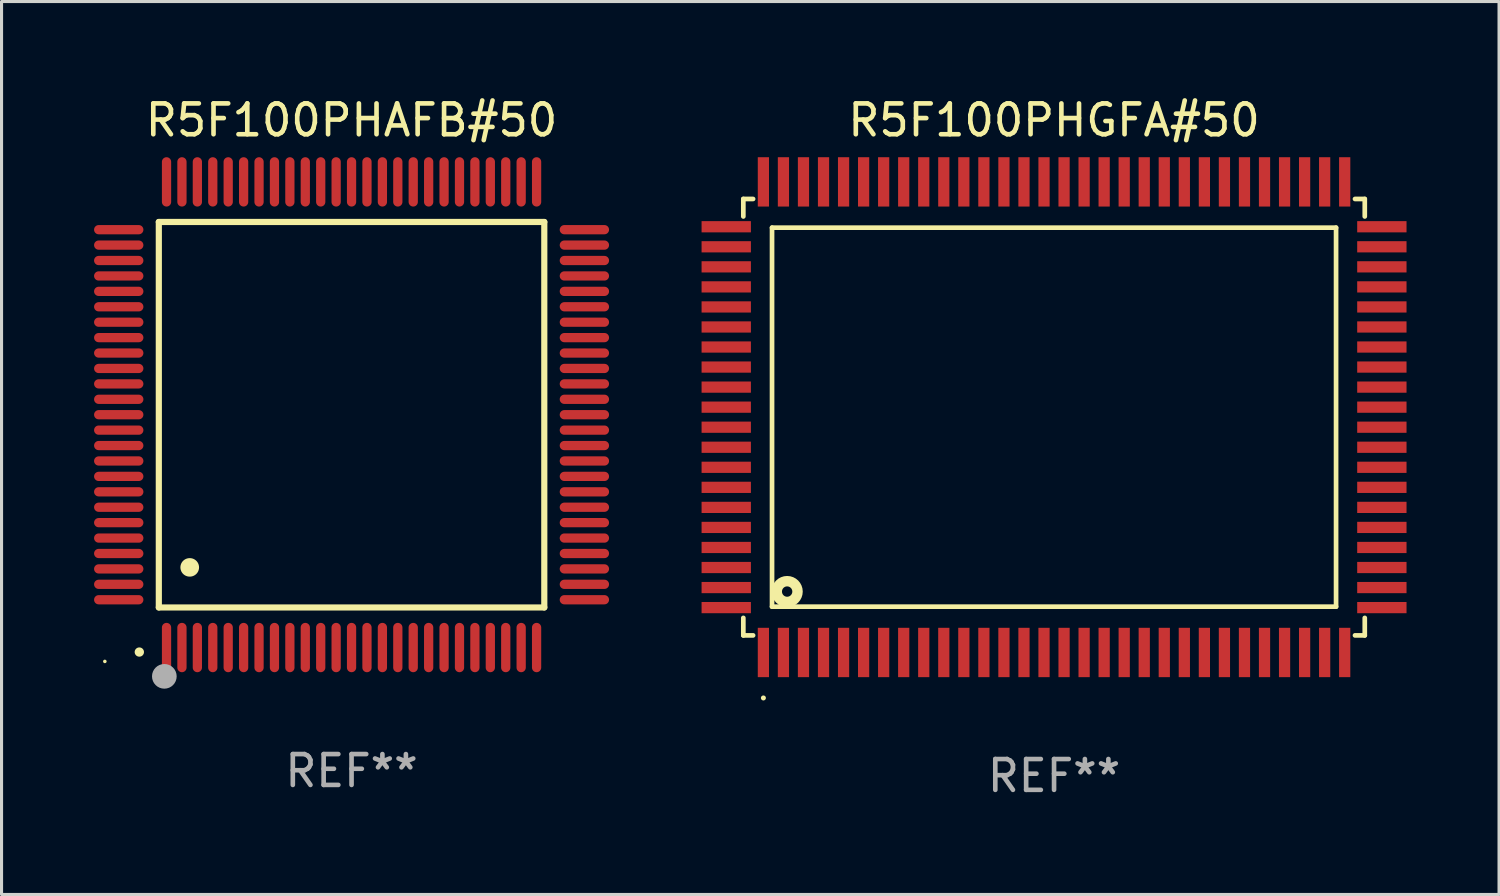
<source format=kicad_pcb>
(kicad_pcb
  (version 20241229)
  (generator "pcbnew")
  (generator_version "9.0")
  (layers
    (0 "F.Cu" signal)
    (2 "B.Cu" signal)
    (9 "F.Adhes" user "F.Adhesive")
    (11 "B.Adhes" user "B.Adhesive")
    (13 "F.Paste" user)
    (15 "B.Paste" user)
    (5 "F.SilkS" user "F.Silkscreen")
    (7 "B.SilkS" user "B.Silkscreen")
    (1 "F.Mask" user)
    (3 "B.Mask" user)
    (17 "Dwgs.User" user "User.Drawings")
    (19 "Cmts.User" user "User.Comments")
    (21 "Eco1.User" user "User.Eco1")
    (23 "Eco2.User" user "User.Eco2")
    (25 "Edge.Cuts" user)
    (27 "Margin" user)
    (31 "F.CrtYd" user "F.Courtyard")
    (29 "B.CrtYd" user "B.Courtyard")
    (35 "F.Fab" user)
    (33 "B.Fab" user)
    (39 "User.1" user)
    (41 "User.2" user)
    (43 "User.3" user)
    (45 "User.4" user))
  (footprint "R5F100PHAFB#50"
    (layer "F.Cu")
    (at 8.35 10.398)
    (property "Reference" "R5F100PHAFB#50" (at 0 -9.55 0) (layer "F.SilkS") (effects (font (size 1 1) (thickness 0.15))))
    (attr through_hole)
    (fp_line (start -6.25 -6.25) (end -6.25 6.25) (stroke (width 0.2) (type solid)) (layer "F.SilkS"))
    (fp_line (start -6.25 6.25) (end 6.25 6.25) (stroke (width 0.2) (type solid)) (layer "F.SilkS"))
    (fp_line (start 6.25 -6.25) (end -6.25 -6.25) (stroke (width 0.2) (type solid)) (layer "F.SilkS"))
    (fp_line (start 6.25 6.25) (end 6.25 -6.25) (stroke (width 0.2) (type solid)) (layer "F.SilkS"))
    (fp_arc (start -6.883414 7.696215) (mid -6.882144 7.69621) (end -6.880874 7.696215) (stroke (width 0.3) (type solid)) (layer "F.SilkS"))
    (fp_arc (start -5.250191 4.95047) (mid -5.247651 4.950459) (end -5.245111 4.95047) (stroke (width 0.6) (type solid)) (layer "F.SilkS"))
    (fp_circle (center -8 8) (end -7.97 8) (stroke (width 0.06) (type solid)) (fill no) (layer "F.SilkS"))
    (fp_circle (center -6.071 8.484) (end -5.871 8.484) (stroke (width 0.4) (type solid)) (fill no) (layer "F.Fab"))
    (fp_text user "REF**" (at 0 11.55 0) (layer "F.Fab") (effects (font (size 1 1) (thickness 0.15))))
    (pad "1" smd oval (at -6 7.55) (size 0.3 1.6) (layers "F.Cu" "F.Mask" "F.Paste"))
    (pad "2" smd oval (at -5.5 7.55) (size 0.3 1.6) (layers "F.Cu" "F.Mask" "F.Paste"))
    (pad "3" smd oval (at -5 7.55) (size 0.3 1.6) (layers "F.Cu" "F.Mask" "F.Paste"))
    (pad "4" smd oval (at -4.5 7.55) (size 0.3 1.6) (layers "F.Cu" "F.Mask" "F.Paste"))
    (pad "5" smd oval (at -4 7.55) (size 0.3 1.6) (layers "F.Cu" "F.Mask" "F.Paste"))
    (pad "6" smd oval (at -3.5 7.55) (size 0.3 1.6) (layers "F.Cu" "F.Mask" "F.Paste"))
    (pad "7" smd oval (at -3 7.55) (size 0.3 1.6) (layers "F.Cu" "F.Mask" "F.Paste"))
    (pad "8" smd oval (at -2.5 7.55) (size 0.3 1.6) (layers "F.Cu" "F.Mask" "F.Paste"))
    (pad "9" smd oval (at -2 7.55) (size 0.3 1.6) (layers "F.Cu" "F.Mask" "F.Paste"))
    (pad "10" smd oval (at -1.5 7.55) (size 0.3 1.6) (layers "F.Cu" "F.Mask" "F.Paste"))
    (pad "11" smd oval (at -1 7.55) (size 0.3 1.6) (layers "F.Cu" "F.Mask" "F.Paste"))
    (pad "12" smd oval (at -0.5 7.55) (size 0.3 1.6) (layers "F.Cu" "F.Mask" "F.Paste"))
    (pad "13" smd oval (at 0 7.55) (size 0.3 1.6) (layers "F.Cu" "F.Mask" "F.Paste"))
    (pad "14" smd oval (at 0.5 7.55) (size 0.3 1.6) (layers "F.Cu" "F.Mask" "F.Paste"))
    (pad "15" smd oval (at 1 7.55) (size 0.3 1.6) (layers "F.Cu" "F.Mask" "F.Paste"))
    (pad "16" smd oval (at 1.5 7.55) (size 0.3 1.6) (layers "F.Cu" "F.Mask" "F.Paste"))
    (pad "17" smd oval (at 2 7.55) (size 0.3 1.6) (layers "F.Cu" "F.Mask" "F.Paste"))
    (pad "18" smd oval (at 2.5 7.55) (size 0.3 1.6) (layers "F.Cu" "F.Mask" "F.Paste"))
    (pad "19" smd oval (at 3 7.55) (size 0.3 1.6) (layers "F.Cu" "F.Mask" "F.Paste"))
    (pad "20" smd oval (at 3.5 7.55) (size 0.3 1.6) (layers "F.Cu" "F.Mask" "F.Paste"))
    (pad "21" smd oval (at 4 7.55) (size 0.3 1.6) (layers "F.Cu" "F.Mask" "F.Paste"))
    (pad "22" smd oval (at 4.5 7.55) (size 0.3 1.6) (layers "F.Cu" "F.Mask" "F.Paste"))
    (pad "23" smd oval (at 5 7.55) (size 0.3 1.6) (layers "F.Cu" "F.Mask" "F.Paste"))
    (pad "24" smd oval (at 5.5 7.55) (size 0.3 1.6) (layers "F.Cu" "F.Mask" "F.Paste"))
    (pad "25" smd oval (at 6 7.55) (size 0.3 1.6) (layers "F.Cu" "F.Mask" "F.Paste"))
    (pad "26" smd oval (at 7.55 6) (size 1.6 0.3) (layers "F.Cu" "F.Mask" "F.Paste"))
    (pad "27" smd oval (at 7.55 5.5) (size 1.6 0.3) (layers "F.Cu" "F.Mask" "F.Paste"))
    (pad "28" smd oval (at 7.55 5) (size 1.6 0.3) (layers "F.Cu" "F.Mask" "F.Paste"))
    (pad "29" smd oval (at 7.55 4.5) (size 1.6 0.3) (layers "F.Cu" "F.Mask" "F.Paste"))
    (pad "30" smd oval (at 7.55 4) (size 1.6 0.3) (layers "F.Cu" "F.Mask" "F.Paste"))
    (pad "31" smd oval (at 7.55 3.5) (size 1.6 0.3) (layers "F.Cu" "F.Mask" "F.Paste"))
    (pad "32" smd oval (at 7.55 3) (size 1.6 0.3) (layers "F.Cu" "F.Mask" "F.Paste"))
    (pad "33" smd oval (at 7.55 2.5) (size 1.6 0.3) (layers "F.Cu" "F.Mask" "F.Paste"))
    (pad "34" smd oval (at 7.55 2) (size 1.6 0.3) (layers "F.Cu" "F.Mask" "F.Paste"))
    (pad "35" smd oval (at 7.55 1.5) (size 1.6 0.3) (layers "F.Cu" "F.Mask" "F.Paste"))
    (pad "36" smd oval (at 7.55 1) (size 1.6 0.3) (layers "F.Cu" "F.Mask" "F.Paste"))
    (pad "37" smd oval (at 7.55 0.5) (size 1.6 0.3) (layers "F.Cu" "F.Mask" "F.Paste"))
    (pad "38" smd oval (at 7.55 0) (size 1.6 0.3) (layers "F.Cu" "F.Mask" "F.Paste"))
    (pad "39" smd oval (at 7.55 -0.5) (size 1.6 0.3) (layers "F.Cu" "F.Mask" "F.Paste"))
    (pad "40" smd oval (at 7.55 -1) (size 1.6 0.3) (layers "F.Cu" "F.Mask" "F.Paste"))
    (pad "41" smd oval (at 7.55 -1.5) (size 1.6 0.3) (layers "F.Cu" "F.Mask" "F.Paste"))
    (pad "42" smd oval (at 7.55 -2) (size 1.6 0.3) (layers "F.Cu" "F.Mask" "F.Paste"))
    (pad "43" smd oval (at 7.55 -2.5) (size 1.6 0.3) (layers "F.Cu" "F.Mask" "F.Paste"))
    (pad "44" smd oval (at 7.55 -3) (size 1.6 0.3) (layers "F.Cu" "F.Mask" "F.Paste"))
    (pad "45" smd oval (at 7.55 -3.5) (size 1.6 0.3) (layers "F.Cu" "F.Mask" "F.Paste"))
    (pad "46" smd oval (at 7.55 -4) (size 1.6 0.3) (layers "F.Cu" "F.Mask" "F.Paste"))
    (pad "47" smd oval (at 7.55 -4.5) (size 1.6 0.3) (layers "F.Cu" "F.Mask" "F.Paste"))
    (pad "48" smd oval (at 7.55 -5) (size 1.6 0.3) (layers "F.Cu" "F.Mask" "F.Paste"))
    (pad "49" smd oval (at 7.55 -5.5) (size 1.6 0.3) (layers "F.Cu" "F.Mask" "F.Paste"))
    (pad "50" smd oval (at 7.55 -6) (size 1.6 0.3) (layers "F.Cu" "F.Mask" "F.Paste"))
    (pad "51" smd oval (at 6 -7.55) (size 0.3 1.6) (layers "F.Cu" "F.Mask" "F.Paste"))
    (pad "52" smd oval (at 5.5 -7.55) (size 0.3 1.6) (layers "F.Cu" "F.Mask" "F.Paste"))
    (pad "53" smd oval (at 5 -7.55) (size 0.3 1.6) (layers "F.Cu" "F.Mask" "F.Paste"))
    (pad "54" smd oval (at 4.5 -7.55) (size 0.3 1.6) (layers "F.Cu" "F.Mask" "F.Paste"))
    (pad "55" smd oval (at 4 -7.55) (size 0.3 1.6) (layers "F.Cu" "F.Mask" "F.Paste"))
    (pad "56" smd oval (at 3.5 -7.55) (size 0.3 1.6) (layers "F.Cu" "F.Mask" "F.Paste"))
    (pad "57" smd oval (at 3 -7.55) (size 0.3 1.6) (layers "F.Cu" "F.Mask" "F.Paste"))
    (pad "58" smd oval (at 2.5 -7.55) (size 0.3 1.6) (layers "F.Cu" "F.Mask" "F.Paste"))
    (pad "59" smd oval (at 2 -7.55) (size 0.3 1.6) (layers "F.Cu" "F.Mask" "F.Paste"))
    (pad "60" smd oval (at 1.5 -7.55) (size 0.3 1.6) (layers "F.Cu" "F.Mask" "F.Paste"))
    (pad "61" smd oval (at 1 -7.55) (size 0.3 1.6) (layers "F.Cu" "F.Mask" "F.Paste"))
    (pad "62" smd oval (at 0.5 -7.55) (size 0.3 1.6) (layers "F.Cu" "F.Mask" "F.Paste"))
    (pad "63" smd oval (at 0 -7.55) (size 0.3 1.6) (layers "F.Cu" "F.Mask" "F.Paste"))
    (pad "64" smd oval (at -0.5 -7.55) (size 0.3 1.6) (layers "F.Cu" "F.Mask" "F.Paste"))
    (pad "65" smd oval (at -1 -7.55) (size 0.3 1.6) (layers "F.Cu" "F.Mask" "F.Paste"))
    (pad "66" smd oval (at -1.5 -7.55) (size 0.3 1.6) (layers "F.Cu" "F.Mask" "F.Paste"))
    (pad "67" smd oval (at -2 -7.55) (size 0.3 1.6) (layers "F.Cu" "F.Mask" "F.Paste"))
    (pad "68" smd oval (at -2.5 -7.55) (size 0.3 1.6) (layers "F.Cu" "F.Mask" "F.Paste"))
    (pad "69" smd oval (at -3 -7.55) (size 0.3 1.6) (layers "F.Cu" "F.Mask" "F.Paste"))
    (pad "70" smd oval (at -3.5 -7.55) (size 0.3 1.6) (layers "F.Cu" "F.Mask" "F.Paste"))
    (pad "71" smd oval (at -4 -7.55) (size 0.3 1.6) (layers "F.Cu" "F.Mask" "F.Paste"))
    (pad "72" smd oval (at -4.5 -7.55) (size 0.3 1.6) (layers "F.Cu" "F.Mask" "F.Paste"))
    (pad "73" smd oval (at -5 -7.55) (size 0.3 1.6) (layers "F.Cu" "F.Mask" "F.Paste"))
    (pad "74" smd oval (at -5.5 -7.55) (size 0.3 1.6) (layers "F.Cu" "F.Mask" "F.Paste"))
    (pad "75" smd oval (at -6 -7.55) (size 0.3 1.6) (layers "F.Cu" "F.Mask" "F.Paste"))
    (pad "76" smd oval (at -7.55 -6) (size 1.6 0.3) (layers "F.Cu" "F.Mask" "F.Paste"))
    (pad "77" smd oval (at -7.55 -5.5) (size 1.6 0.3) (layers "F.Cu" "F.Mask" "F.Paste"))
    (pad "78" smd oval (at -7.55 -5) (size 1.6 0.3) (layers "F.Cu" "F.Mask" "F.Paste"))
    (pad "79" smd oval (at -7.55 -4.5) (size 1.6 0.3) (layers "F.Cu" "F.Mask" "F.Paste"))
    (pad "80" smd oval (at -7.55 -4) (size 1.6 0.3) (layers "F.Cu" "F.Mask" "F.Paste"))
    (pad "81" smd oval (at -7.55 -3.5) (size 1.6 0.3) (layers "F.Cu" "F.Mask" "F.Paste"))
    (pad "82" smd oval (at -7.55 -3) (size 1.6 0.3) (layers "F.Cu" "F.Mask" "F.Paste"))
    (pad "83" smd oval (at -7.55 -2.5) (size 1.6 0.3) (layers "F.Cu" "F.Mask" "F.Paste"))
    (pad "84" smd oval (at -7.55 -2) (size 1.6 0.3) (layers "F.Cu" "F.Mask" "F.Paste"))
    (pad "85" smd oval (at -7.55 -1.5) (size 1.6 0.3) (layers "F.Cu" "F.Mask" "F.Paste"))
    (pad "86" smd oval (at -7.55 -1) (size 1.6 0.3) (layers "F.Cu" "F.Mask" "F.Paste"))
    (pad "87" smd oval (at -7.55 -0.5) (size 1.6 0.3) (layers "F.Cu" "F.Mask" "F.Paste"))
    (pad "88" smd oval (at -7.55 0) (size 1.6 0.3) (layers "F.Cu" "F.Mask" "F.Paste"))
    (pad "89" smd oval (at -7.55 0.5) (size 1.6 0.3) (layers "F.Cu" "F.Mask" "F.Paste"))
    (pad "90" smd oval (at -7.55 1) (size 1.6 0.3) (layers "F.Cu" "F.Mask" "F.Paste"))
    (pad "91" smd oval (at -7.55 1.5) (size 1.6 0.3) (layers "F.Cu" "F.Mask" "F.Paste"))
    (pad "92" smd oval (at -7.55 2) (size 1.6 0.3) (layers "F.Cu" "F.Mask" "F.Paste"))
    (pad "93" smd oval (at -7.55 2.5) (size 1.6 0.3) (layers "F.Cu" "F.Mask" "F.Paste"))
    (pad "94" smd oval (at -7.55 3) (size 1.6 0.3) (layers "F.Cu" "F.Mask" "F.Paste"))
    (pad "95" smd oval (at -7.55 3.5) (size 1.6 0.3) (layers "F.Cu" "F.Mask" "F.Paste"))
    (pad "96" smd oval (at -7.55 4) (size 1.6 0.3) (layers "F.Cu" "F.Mask" "F.Paste"))
    (pad "97" smd oval (at -7.55 4.5) (size 1.6 0.3) (layers "F.Cu" "F.Mask" "F.Paste"))
    (pad "98" smd oval (at -7.55 5) (size 1.6 0.3) (layers "F.Cu" "F.Mask" "F.Paste"))
    (pad "99" smd oval (at -7.55 5.5) (size 1.6 0.3) (layers "F.Cu" "F.Mask" "F.Paste"))
    (pad "100" smd oval (at -7.55 6) (size 1.6 0.3) (layers "F.Cu" "F.Mask" "F.Paste")))
  (footprint "R5F100PHGFA#50"
    (layer "F.Cu")
    (at 31.13 10.478)
    (property "Reference" "R5F100PHGFA#50" (at 0 -9.63 0) (layer "F.SilkS") (effects (font (size 1 1) (thickness 0.15))))
    (attr through_hole)
    (fp_line (start -10.076 -7.076) (end -10.076 -6.509) (stroke (width 0.152) (type solid)) (layer "F.SilkS"))
    (fp_line (start -10.076 7.076) (end -10.076 6.509) (stroke (width 0.152) (type solid)) (layer "F.SilkS"))
    (fp_line (start -9.759 -7.076) (end -10.076 -7.076) (stroke (width 0.152) (type solid)) (layer "F.SilkS"))
    (fp_line (start -9.759 7.076) (end -10.076 7.076) (stroke (width 0.152) (type solid)) (layer "F.SilkS"))
    (fp_line (start -9.145 -6.145) (end 9.145 -6.145) (stroke (width 0.152) (type solid)) (layer "F.SilkS"))
    (fp_line (start -9.145 6.145) (end -9.145 -6.145) (stroke (width 0.152) (type solid)) (layer "F.SilkS"))
    (fp_line (start 9.145 -6.145) (end 9.145 6.145) (stroke (width 0.152) (type solid)) (layer "F.SilkS"))
    (fp_line (start 9.145 6.145) (end -9.145 6.145) (stroke (width 0.152) (type solid)) (layer "F.SilkS"))
    (fp_line (start 9.759 -7.076) (end 10.076 -7.076) (stroke (width 0.152) (type solid)) (layer "F.SilkS"))
    (fp_line (start 9.759 7.076) (end 10.076 7.076) (stroke (width 0.152) (type solid)) (layer "F.SilkS"))
    (fp_line (start 10.076 -7.076) (end 10.076 -6.509) (stroke (width 0.152) (type solid)) (layer "F.SilkS"))
    (fp_line (start 10.076 7.076) (end 10.076 6.509) (stroke (width 0.152) (type solid)) (layer "F.SilkS"))
    (fp_circle (center -9.425 9.105) (end -9.384 9.105) (stroke (width 0.081) (type solid)) (fill no) (layer "F.SilkS"))
    (fp_circle (center -8.655 5.655) (end -8.487 5.655) (stroke (width 0.338) (type solid)) (fill no) (layer "F.SilkS"))
    (fp_text user "REF**" (at 0 11.63 0) (layer "F.Fab") (effects (font (size 1 1) (thickness 0.15))))
    (pad "1" smd rect (at -9.425 7.63) (size 0.364 1.6) (layers "F.Cu" "F.Mask" "F.Paste"))
    (pad "2" smd rect (at -8.775 7.63) (size 0.364 1.6) (layers "F.Cu" "F.Mask" "F.Paste"))
    (pad "3" smd rect (at -8.125 7.63) (size 0.364 1.6) (layers "F.Cu" "F.Mask" "F.Paste"))
    (pad "4" smd rect (at -7.475 7.63) (size 0.364 1.6) (layers "F.Cu" "F.Mask" "F.Paste"))
    (pad "5" smd rect (at -6.825 7.63) (size 0.364 1.6) (layers "F.Cu" "F.Mask" "F.Paste"))
    (pad "6" smd rect (at -6.175 7.63) (size 0.364 1.6) (layers "F.Cu" "F.Mask" "F.Paste"))
    (pad "7" smd rect (at -5.525 7.63) (size 0.364 1.6) (layers "F.Cu" "F.Mask" "F.Paste"))
    (pad "8" smd rect (at -4.875 7.63) (size 0.364 1.6) (layers "F.Cu" "F.Mask" "F.Paste"))
    (pad "9" smd rect (at -4.225 7.63) (size 0.364 1.6) (layers "F.Cu" "F.Mask" "F.Paste"))
    (pad "10" smd rect (at -3.575 7.63) (size 0.364 1.6) (layers "F.Cu" "F.Mask" "F.Paste"))
    (pad "11" smd rect (at -2.925 7.63) (size 0.364 1.6) (layers "F.Cu" "F.Mask" "F.Paste"))
    (pad "12" smd rect (at -2.275 7.63) (size 0.364 1.6) (layers "F.Cu" "F.Mask" "F.Paste"))
    (pad "13" smd rect (at -1.625 7.63) (size 0.364 1.6) (layers "F.Cu" "F.Mask" "F.Paste"))
    (pad "14" smd rect (at -0.975 7.63) (size 0.364 1.6) (layers "F.Cu" "F.Mask" "F.Paste"))
    (pad "15" smd rect (at -0.325 7.63) (size 0.364 1.6) (layers "F.Cu" "F.Mask" "F.Paste"))
    (pad "16" smd rect (at 0.325 7.63) (size 0.364 1.6) (layers "F.Cu" "F.Mask" "F.Paste"))
    (pad "17" smd rect (at 0.975 7.63) (size 0.364 1.6) (layers "F.Cu" "F.Mask" "F.Paste"))
    (pad "18" smd rect (at 1.625 7.63) (size 0.364 1.6) (layers "F.Cu" "F.Mask" "F.Paste"))
    (pad "19" smd rect (at 2.275 7.63) (size 0.364 1.6) (layers "F.Cu" "F.Mask" "F.Paste"))
    (pad "20" smd rect (at 2.925 7.63) (size 0.364 1.6) (layers "F.Cu" "F.Mask" "F.Paste"))
    (pad "21" smd rect (at 3.575 7.63) (size 0.364 1.6) (layers "F.Cu" "F.Mask" "F.Paste"))
    (pad "22" smd rect (at 4.225 7.63) (size 0.364 1.6) (layers "F.Cu" "F.Mask" "F.Paste"))
    (pad "23" smd rect (at 4.875 7.63) (size 0.364 1.6) (layers "F.Cu" "F.Mask" "F.Paste"))
    (pad "24" smd rect (at 5.525 7.63) (size 0.364 1.6) (layers "F.Cu" "F.Mask" "F.Paste"))
    (pad "25" smd rect (at 6.175 7.63) (size 0.364 1.6) (layers "F.Cu" "F.Mask" "F.Paste"))
    (pad "26" smd rect (at 6.825 7.63) (size 0.364 1.6) (layers "F.Cu" "F.Mask" "F.Paste"))
    (pad "27" smd rect (at 7.475 7.63) (size 0.364 1.6) (layers "F.Cu" "F.Mask" "F.Paste"))
    (pad "28" smd rect (at 8.125 7.63) (size 0.364 1.6) (layers "F.Cu" "F.Mask" "F.Paste"))
    (pad "29" smd rect (at 8.775 7.63) (size 0.364 1.6) (layers "F.Cu" "F.Mask" "F.Paste"))
    (pad "30" smd rect (at 9.425 7.63) (size 0.364 1.6) (layers "F.Cu" "F.Mask" "F.Paste"))
    (pad "31" smd rect (at 10.63 6.175) (size 1.6 0.364) (layers "F.Cu" "F.Mask" "F.Paste"))
    (pad "32" smd rect (at 10.63 5.525) (size 1.6 0.364) (layers "F.Cu" "F.Mask" "F.Paste"))
    (pad "33" smd rect (at 10.63 4.875) (size 1.6 0.364) (layers "F.Cu" "F.Mask" "F.Paste"))
    (pad "34" smd rect (at 10.63 4.225) (size 1.6 0.364) (layers "F.Cu" "F.Mask" "F.Paste"))
    (pad "35" smd rect (at 10.63 3.575) (size 1.6 0.364) (layers "F.Cu" "F.Mask" "F.Paste"))
    (pad "36" smd rect (at 10.63 2.925) (size 1.6 0.364) (layers "F.Cu" "F.Mask" "F.Paste"))
    (pad "37" smd rect (at 10.63 2.275) (size 1.6 0.364) (layers "F.Cu" "F.Mask" "F.Paste"))
    (pad "38" smd rect (at 10.63 1.625) (size 1.6 0.364) (layers "F.Cu" "F.Mask" "F.Paste"))
    (pad "39" smd rect (at 10.63 0.975) (size 1.6 0.364) (layers "F.Cu" "F.Mask" "F.Paste"))
    (pad "40" smd rect (at 10.63 0.325) (size 1.6 0.364) (layers "F.Cu" "F.Mask" "F.Paste"))
    (pad "41" smd rect (at 10.63 -0.325) (size 1.6 0.364) (layers "F.Cu" "F.Mask" "F.Paste"))
    (pad "42" smd rect (at 10.63 -0.975) (size 1.6 0.364) (layers "F.Cu" "F.Mask" "F.Paste"))
    (pad "43" smd rect (at 10.63 -1.625) (size 1.6 0.364) (layers "F.Cu" "F.Mask" "F.Paste"))
    (pad "44" smd rect (at 10.63 -2.275) (size 1.6 0.364) (layers "F.Cu" "F.Mask" "F.Paste"))
    (pad "45" smd rect (at 10.63 -2.925) (size 1.6 0.364) (layers "F.Cu" "F.Mask" "F.Paste"))
    (pad "46" smd rect (at 10.63 -3.575) (size 1.6 0.364) (layers "F.Cu" "F.Mask" "F.Paste"))
    (pad "47" smd rect (at 10.63 -4.225) (size 1.6 0.364) (layers "F.Cu" "F.Mask" "F.Paste"))
    (pad "48" smd rect (at 10.63 -4.875) (size 1.6 0.364) (layers "F.Cu" "F.Mask" "F.Paste"))
    (pad "49" smd rect (at 10.63 -5.525) (size 1.6 0.364) (layers "F.Cu" "F.Mask" "F.Paste"))
    (pad "50" smd rect (at 10.63 -6.175) (size 1.6 0.364) (layers "F.Cu" "F.Mask" "F.Paste"))
    (pad "51" smd rect (at 9.425 -7.63) (size 0.364 1.6) (layers "F.Cu" "F.Mask" "F.Paste"))
    (pad "52" smd rect (at 8.775 -7.63) (size 0.364 1.6) (layers "F.Cu" "F.Mask" "F.Paste"))
    (pad "53" smd rect (at 8.125 -7.63) (size 0.364 1.6) (layers "F.Cu" "F.Mask" "F.Paste"))
    (pad "54" smd rect (at 7.475 -7.63) (size 0.364 1.6) (layers "F.Cu" "F.Mask" "F.Paste"))
    (pad "55" smd rect (at 6.825 -7.63) (size 0.364 1.6) (layers "F.Cu" "F.Mask" "F.Paste"))
    (pad "56" smd rect (at 6.175 -7.63) (size 0.364 1.6) (layers "F.Cu" "F.Mask" "F.Paste"))
    (pad "57" smd rect (at 5.525 -7.63) (size 0.364 1.6) (layers "F.Cu" "F.Mask" "F.Paste"))
    (pad "58" smd rect (at 4.875 -7.63) (size 0.364 1.6) (layers "F.Cu" "F.Mask" "F.Paste"))
    (pad "59" smd rect (at 4.225 -7.63) (size 0.364 1.6) (layers "F.Cu" "F.Mask" "F.Paste"))
    (pad "60" smd rect (at 3.575 -7.63) (size 0.364 1.6) (layers "F.Cu" "F.Mask" "F.Paste"))
    (pad "61" smd rect (at 2.925 -7.63) (size 0.364 1.6) (layers "F.Cu" "F.Mask" "F.Paste"))
    (pad "62" smd rect (at 2.275 -7.63) (size 0.364 1.6) (layers "F.Cu" "F.Mask" "F.Paste"))
    (pad "63" smd rect (at 1.625 -7.63) (size 0.364 1.6) (layers "F.Cu" "F.Mask" "F.Paste"))
    (pad "64" smd rect (at 0.975 -7.63) (size 0.364 1.6) (layers "F.Cu" "F.Mask" "F.Paste"))
    (pad "65" smd rect (at 0.325 -7.63) (size 0.364 1.6) (layers "F.Cu" "F.Mask" "F.Paste"))
    (pad "66" smd rect (at -0.325 -7.63) (size 0.364 1.6) (layers "F.Cu" "F.Mask" "F.Paste"))
    (pad "67" smd rect (at -0.975 -7.63) (size 0.364 1.6) (layers "F.Cu" "F.Mask" "F.Paste"))
    (pad "68" smd rect (at -1.625 -7.63) (size 0.364 1.6) (layers "F.Cu" "F.Mask" "F.Paste"))
    (pad "69" smd rect (at -2.275 -7.63) (size 0.364 1.6) (layers "F.Cu" "F.Mask" "F.Paste"))
    (pad "70" smd rect (at -2.925 -7.63) (size 0.364 1.6) (layers "F.Cu" "F.Mask" "F.Paste"))
    (pad "71" smd rect (at -3.575 -7.63) (size 0.364 1.6) (layers "F.Cu" "F.Mask" "F.Paste"))
    (pad "72" smd rect (at -4.225 -7.63) (size 0.364 1.6) (layers "F.Cu" "F.Mask" "F.Paste"))
    (pad "73" smd rect (at -4.875 -7.63) (size 0.364 1.6) (layers "F.Cu" "F.Mask" "F.Paste"))
    (pad "74" smd rect (at -5.525 -7.63) (size 0.364 1.6) (layers "F.Cu" "F.Mask" "F.Paste"))
    (pad "75" smd rect (at -6.175 -7.63) (size 0.364 1.6) (layers "F.Cu" "F.Mask" "F.Paste"))
    (pad "76" smd rect (at -6.825 -7.63) (size 0.364 1.6) (layers "F.Cu" "F.Mask" "F.Paste"))
    (pad "77" smd rect (at -7.475 -7.63) (size 0.364 1.6) (layers "F.Cu" "F.Mask" "F.Paste"))
    (pad "78" smd rect (at -8.125 -7.63) (size 0.364 1.6) (layers "F.Cu" "F.Mask" "F.Paste"))
    (pad "79" smd rect (at -8.775 -7.63) (size 0.364 1.6) (layers "F.Cu" "F.Mask" "F.Paste"))
    (pad "80" smd rect (at -9.425 -7.63) (size 0.364 1.6) (layers "F.Cu" "F.Mask" "F.Paste"))
    (pad "81" smd rect (at -10.63 -6.175) (size 1.6 0.364) (layers "F.Cu" "F.Mask" "F.Paste"))
    (pad "82" smd rect (at -10.63 -5.525) (size 1.6 0.364) (layers "F.Cu" "F.Mask" "F.Paste"))
    (pad "83" smd rect (at -10.63 -4.875) (size 1.6 0.364) (layers "F.Cu" "F.Mask" "F.Paste"))
    (pad "84" smd rect (at -10.63 -4.225) (size 1.6 0.364) (layers "F.Cu" "F.Mask" "F.Paste"))
    (pad "85" smd rect (at -10.63 -3.575) (size 1.6 0.364) (layers "F.Cu" "F.Mask" "F.Paste"))
    (pad "86" smd rect (at -10.63 -2.925) (size 1.6 0.364) (layers "F.Cu" "F.Mask" "F.Paste"))
    (pad "87" smd rect (at -10.63 -2.275) (size 1.6 0.364) (layers "F.Cu" "F.Mask" "F.Paste"))
    (pad "88" smd rect (at -10.63 -1.625) (size 1.6 0.364) (layers "F.Cu" "F.Mask" "F.Paste"))
    (pad "89" smd rect (at -10.63 -0.975) (size 1.6 0.364) (layers "F.Cu" "F.Mask" "F.Paste"))
    (pad "90" smd rect (at -10.63 -0.325) (size 1.6 0.364) (layers "F.Cu" "F.Mask" "F.Paste"))
    (pad "91" smd rect (at -10.63 0.325) (size 1.6 0.364) (layers "F.Cu" "F.Mask" "F.Paste"))
    (pad "92" smd rect (at -10.63 0.975) (size 1.6 0.364) (layers "F.Cu" "F.Mask" "F.Paste"))
    (pad "93" smd rect (at -10.63 1.625) (size 1.6 0.364) (layers "F.Cu" "F.Mask" "F.Paste"))
    (pad "94" smd rect (at -10.63 2.275) (size 1.6 0.364) (layers "F.Cu" "F.Mask" "F.Paste"))
    (pad "95" smd rect (at -10.63 2.925) (size 1.6 0.364) (layers "F.Cu" "F.Mask" "F.Paste"))
    (pad "96" smd rect (at -10.63 3.575) (size 1.6 0.364) (layers "F.Cu" "F.Mask" "F.Paste"))
    (pad "97" smd rect (at -10.63 4.225) (size 1.6 0.364) (layers "F.Cu" "F.Mask" "F.Paste"))
    (pad "98" smd rect (at -10.63 4.875) (size 1.6 0.364) (layers "F.Cu" "F.Mask" "F.Paste"))
    (pad "99" smd rect (at -10.63 5.525) (size 1.6 0.364) (layers "F.Cu" "F.Mask" "F.Paste"))
    (pad "100" smd rect (at -10.63 6.175) (size 1.6 0.364) (layers "F.Cu" "F.Mask" "F.Paste")))
  (gr_rect
    (start -3 -3)
    (end 45.56 25.956)
    (stroke (width 0.1) (type default))
    (fill no)
    (layer "Edge.Cuts")))
</source>
